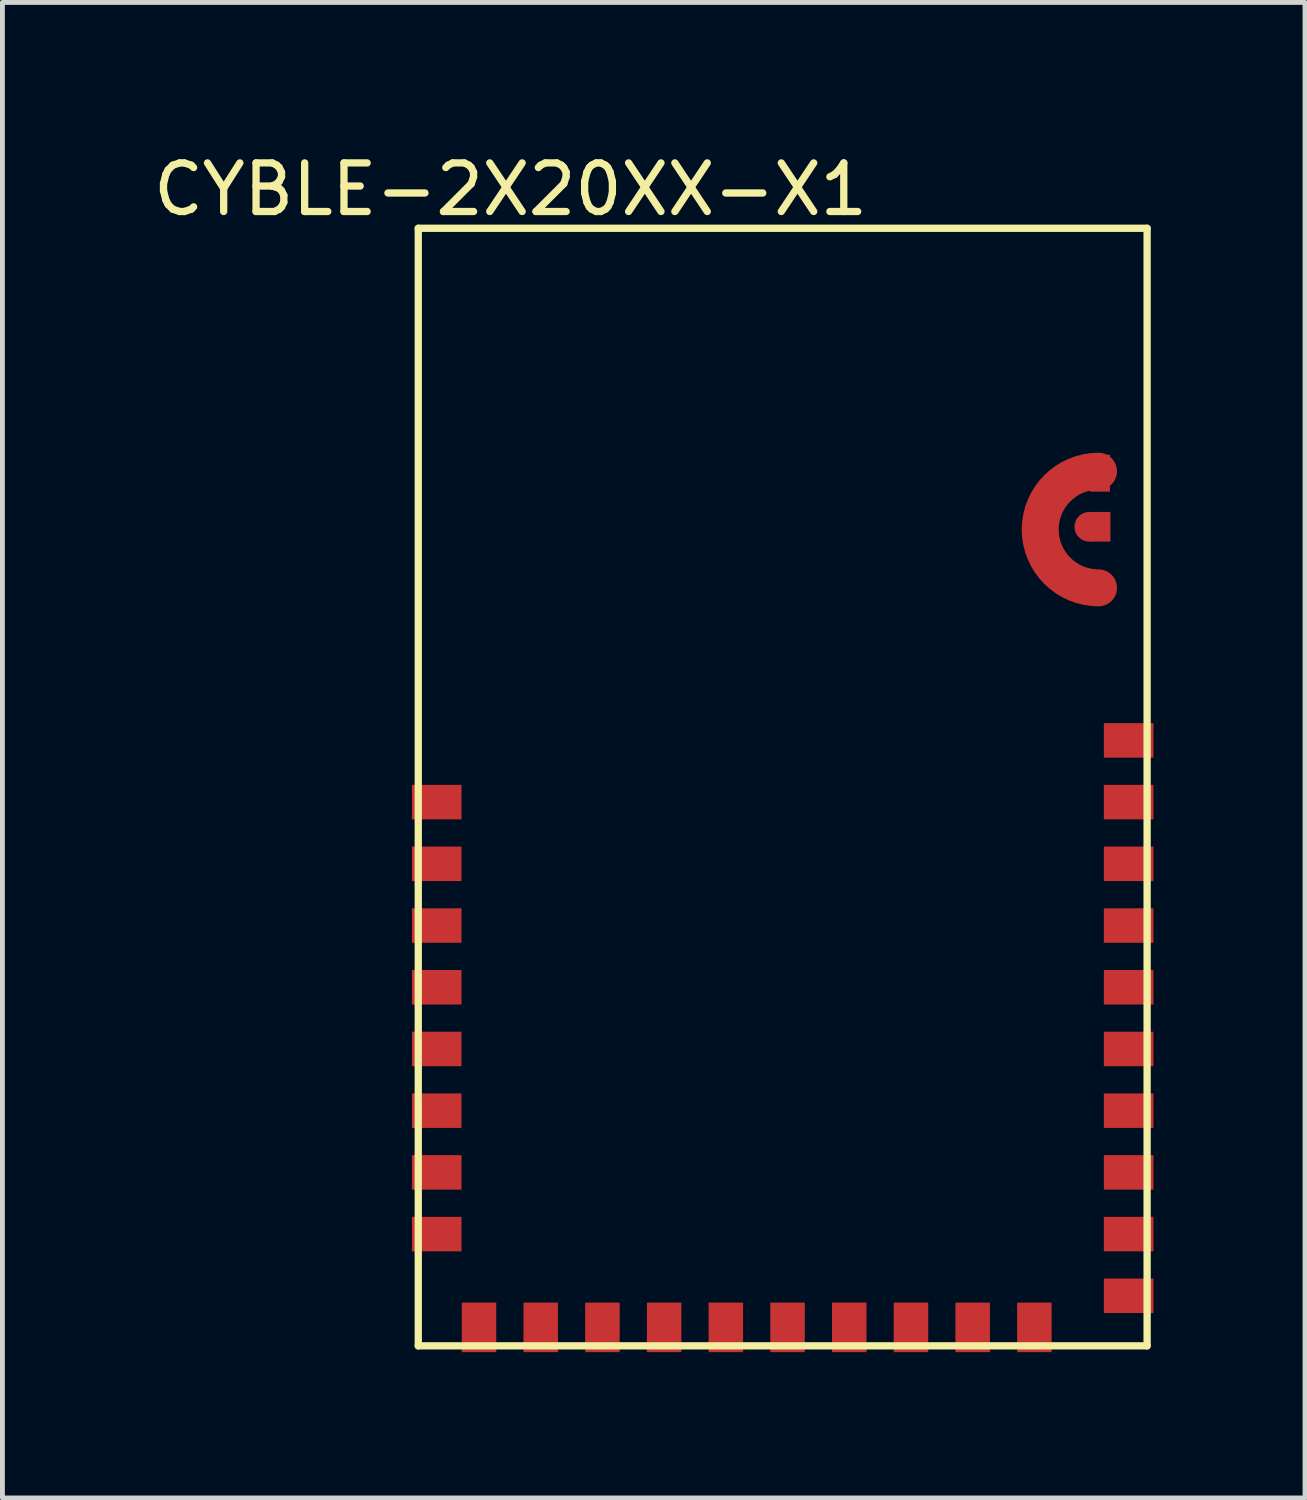
<source format=kicad_pcb>
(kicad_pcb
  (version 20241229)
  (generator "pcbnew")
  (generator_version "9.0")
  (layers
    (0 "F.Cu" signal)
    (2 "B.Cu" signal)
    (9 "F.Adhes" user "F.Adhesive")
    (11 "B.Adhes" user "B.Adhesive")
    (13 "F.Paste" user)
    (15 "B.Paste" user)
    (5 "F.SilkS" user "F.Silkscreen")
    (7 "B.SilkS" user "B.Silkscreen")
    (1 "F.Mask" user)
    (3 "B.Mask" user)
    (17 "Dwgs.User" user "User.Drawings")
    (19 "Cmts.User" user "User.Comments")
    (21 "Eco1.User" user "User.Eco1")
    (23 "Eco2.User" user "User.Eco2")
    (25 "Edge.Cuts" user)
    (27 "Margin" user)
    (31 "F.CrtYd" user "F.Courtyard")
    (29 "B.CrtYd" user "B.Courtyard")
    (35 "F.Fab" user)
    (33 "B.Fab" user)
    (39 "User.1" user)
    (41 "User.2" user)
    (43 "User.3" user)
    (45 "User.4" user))
  (footprint "CYBLE-2X20XX-X1"
    (layer "F.Cu")
    (at 20.558 1.648)
    (property "Reference" "CYBLE-2X20XX-X1" (at -13.1 -0.8 0) (layer "F.SilkS") (effects (font (size 1 1) (thickness 0.15))))
    (attr through_hole)
    (fp_arc (start -1 7.4) (mid -2.2 6.2) (end -1 5) (stroke (width 0.76) (type solid)) (layer "F.Cu"))
    (fp_line (start -15 0) (end 0 0) (stroke (width 0.15) (type solid)) (layer "F.SilkS"))
    (fp_line (start -15 23) (end -15 0) (stroke (width 0.15) (type solid)) (layer "F.SilkS"))
    (fp_line (start 0 0) (end 0 23) (stroke (width 0.15) (type solid)) (layer "F.SilkS"))
    (fp_line (start 0 23) (end -15 23) (stroke (width 0.15) (type solid)) (layer "F.SilkS"))
    (pad "1" smd rect (at -0.38 10.54) (size 1.02 0.71) (layers "F.Cu" "F.Mask" "F.Paste"))
    (pad "2" smd rect (at -0.38 11.81) (size 1.02 0.71) (layers "F.Cu" "F.Mask" "F.Paste"))
    (pad "3" smd rect (at -0.38 13.08) (size 1.02 0.71) (layers "F.Cu" "F.Mask" "F.Paste"))
    (pad "4" smd rect (at -0.38 14.35) (size 1.02 0.71) (layers "F.Cu" "F.Mask" "F.Paste"))
    (pad "5" smd rect (at -0.38 15.62) (size 1.02 0.71) (layers "F.Cu" "F.Mask" "F.Paste"))
    (pad "6" smd rect (at -0.38 16.89) (size 1.02 0.71) (layers "F.Cu" "F.Mask" "F.Paste"))
    (pad "7" smd rect (at -0.38 18.16) (size 1.02 0.71) (layers "F.Cu" "F.Mask" "F.Paste"))
    (pad "8" smd rect (at -0.38 19.43) (size 1.02 0.71) (layers "F.Cu" "F.Mask" "F.Paste"))
    (pad "9" smd rect (at -0.38 20.7) (size 1.02 0.71) (layers "F.Cu" "F.Mask" "F.Paste"))
    (pad "10" smd rect (at -0.38 21.97) (size 1.02 0.71) (layers "F.Cu" "F.Mask" "F.Paste"))
    (pad "11" smd rect (at -2.32 22.62 90) (size 1.02 0.71) (layers "F.Cu" "F.Mask" "F.Paste"))
    (pad "12" smd rect (at -3.59 22.62 90) (size 1.02 0.71) (layers "F.Cu" "F.Mask" "F.Paste"))
    (pad "13" smd rect (at -4.86 22.62 90) (size 1.02 0.71) (layers "F.Cu" "F.Mask" "F.Paste"))
    (pad "14" smd rect (at -6.13 22.62 90) (size 1.02 0.71) (layers "F.Cu" "F.Mask" "F.Paste"))
    (pad "15" smd rect (at -7.4 22.62 90) (size 1.02 0.71) (layers "F.Cu" "F.Mask" "F.Paste"))
    (pad "16" smd rect (at -8.67 22.62 90) (size 1.02 0.71) (layers "F.Cu" "F.Mask" "F.Paste"))
    (pad "17" smd rect (at -9.94 22.62 90) (size 1.02 0.71) (layers "F.Cu" "F.Mask" "F.Paste"))
    (pad "18" smd rect (at -11.21 22.62 90) (size 1.02 0.71) (layers "F.Cu" "F.Mask" "F.Paste"))
    (pad "19" smd rect (at -12.48 22.62 90) (size 1.02 0.71) (layers "F.Cu" "F.Mask" "F.Paste"))
    (pad "20" smd rect (at -13.75 22.62 90) (size 1.02 0.71) (layers "F.Cu" "F.Mask" "F.Paste"))
    (pad "21" smd rect (at -14.62 20.7) (size 1.02 0.71) (layers "F.Cu" "F.Mask" "F.Paste"))
    (pad "22" smd rect (at -14.62 19.43) (size 1.02 0.71) (layers "F.Cu" "F.Mask" "F.Paste"))
    (pad "23" smd rect (at -14.62 18.16) (size 1.02 0.71) (layers "F.Cu" "F.Mask" "F.Paste"))
    (pad "24" smd rect (at -14.62 16.89) (size 1.02 0.71) (layers "F.Cu" "F.Mask" "F.Paste"))
    (pad "25" smd rect (at -14.62 15.62) (size 1.02 0.71) (layers "F.Cu" "F.Mask" "F.Paste"))
    (pad "26" smd rect (at -14.62 14.35) (size 1.02 0.71) (layers "F.Cu" "F.Mask" "F.Paste"))
    (pad "27" smd rect (at -14.62 13.08) (size 1.02 0.71) (layers "F.Cu" "F.Mask" "F.Paste"))
    (pad "28" smd rect (at -14.62 11.81) (size 1.02 0.71) (layers "F.Cu" "F.Mask" "F.Paste"))
    (pad "29" smd rect (at -0.97 5.04 90) (size 0.76 0.41) (layers "F.Cu" "F.Mask" "F.Paste"))
    (pad "30" smd circle (at -1.19 6.143 180) (size 0.61 0.61) (layers "F.Cu" "F.Mask" "F.Paste"))
    (pad "30" smd rect (at -0.96 6.143 270) (size 0.61 0.41) (layers "F.Cu" "F.Mask" "F.Paste")))
  (gr_rect
    (start -3 -3)
    (end 23.808 27.778)
    (stroke (width 0.1) (type default))
    (fill no)
    (layer "Edge.Cuts")))
</source>
